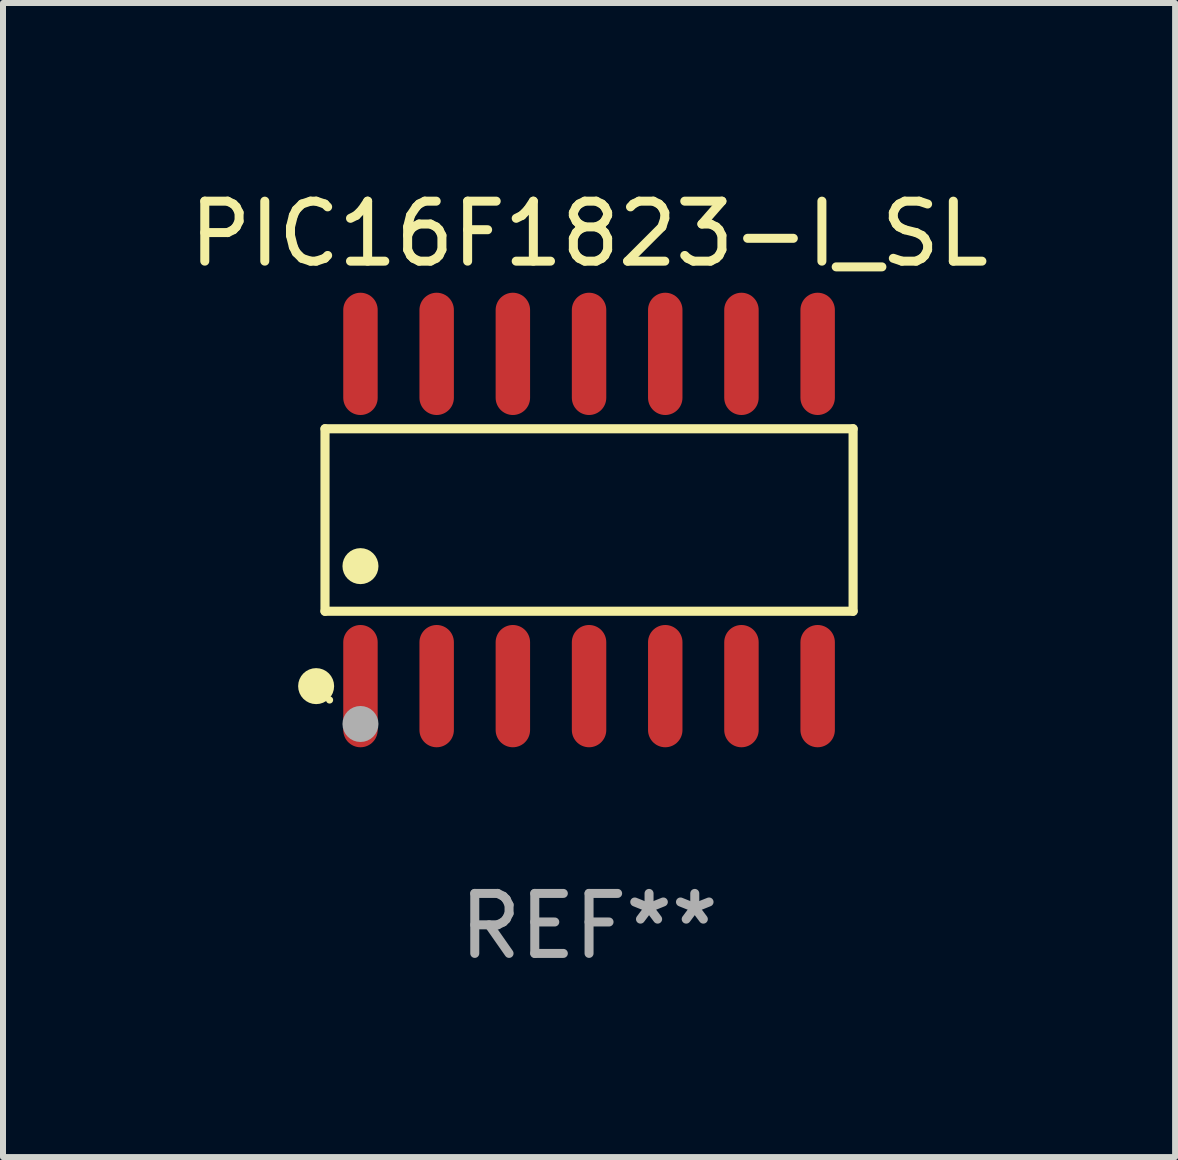
<source format=kicad_pcb>
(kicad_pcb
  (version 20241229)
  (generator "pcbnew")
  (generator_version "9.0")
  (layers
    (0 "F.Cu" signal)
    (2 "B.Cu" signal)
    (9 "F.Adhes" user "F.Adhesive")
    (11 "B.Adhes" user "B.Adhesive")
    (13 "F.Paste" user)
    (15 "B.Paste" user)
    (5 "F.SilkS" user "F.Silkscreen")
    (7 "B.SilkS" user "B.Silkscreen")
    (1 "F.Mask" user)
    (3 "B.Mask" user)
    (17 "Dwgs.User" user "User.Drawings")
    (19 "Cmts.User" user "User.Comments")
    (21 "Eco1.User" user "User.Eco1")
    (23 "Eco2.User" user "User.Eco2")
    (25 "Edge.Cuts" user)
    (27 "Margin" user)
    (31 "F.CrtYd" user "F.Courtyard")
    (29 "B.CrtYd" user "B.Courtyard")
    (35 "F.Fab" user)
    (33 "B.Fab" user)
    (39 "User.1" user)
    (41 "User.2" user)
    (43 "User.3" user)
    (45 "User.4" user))
  (footprint "PIC16F1823-I_SL"
    (layer "F.Cu")
    (at 6.768 5.617)
    (property "Reference" "PIC16F1823-I_SL" (at 0 -4.769 0) (layer "F.SilkS") (effects (font (size 1 1) (thickness 0.15))))
    (attr through_hole)
    (fp_line (start -4.401 -1.521) (end 4.401 -1.521) (stroke (width 0.152) (type solid)) (layer "F.SilkS"))
    (fp_line (start -4.401 1.521) (end -4.401 -1.521) (stroke (width 0.152) (type solid)) (layer "F.SilkS"))
    (fp_line (start 4.401 -1.521) (end 4.401 1.521) (stroke (width 0.152) (type solid)) (layer "F.SilkS"))
    (fp_line (start 4.401 1.521) (end -4.401 1.521) (stroke (width 0.152) (type solid)) (layer "F.SilkS"))
    (fp_circle (center -4.549 2.769) (end -4.399 2.769) (stroke (width 0.3) (type solid)) (fill no) (layer "F.SilkS"))
    (fp_circle (center -4.325 3) (end -4.295 3) (stroke (width 0.06) (type solid)) (fill no) (layer "F.SilkS"))
    (fp_circle (center -3.81 0.769) (end -3.66 0.769) (stroke (width 0.3) (type solid)) (fill no) (layer "F.SilkS"))
    (fp_circle (center -3.81 3.4) (end -3.66 3.4) (stroke (width 0.3) (type solid)) (fill no) (layer "F.Fab"))
    (fp_text user "REF**" (at 0 6.769 0) (layer "F.Fab") (effects (font (size 1 1) (thickness 0.15))))
    (pad "1" smd oval (at -3.81 2.769) (size 0.574 2.038) (layers "F.Cu" "F.Mask" "F.Paste"))
    (pad "2" smd oval (at -2.54 2.769) (size 0.574 2.038) (layers "F.Cu" "F.Mask" "F.Paste"))
    (pad "3" smd oval (at -1.27 2.769) (size 0.574 2.038) (layers "F.Cu" "F.Mask" "F.Paste"))
    (pad "4" smd oval (at 0 2.769) (size 0.574 2.038) (layers "F.Cu" "F.Mask" "F.Paste"))
    (pad "5" smd oval (at 1.27 2.769) (size 0.574 2.038) (layers "F.Cu" "F.Mask" "F.Paste"))
    (pad "6" smd oval (at 2.54 2.769) (size 0.574 2.038) (layers "F.Cu" "F.Mask" "F.Paste"))
    (pad "7" smd oval (at 3.81 2.769) (size 0.574 2.038) (layers "F.Cu" "F.Mask" "F.Paste"))
    (pad "8" smd oval (at 3.81 -2.769) (size 0.574 2.038) (layers "F.Cu" "F.Mask" "F.Paste"))
    (pad "9" smd oval (at 2.54 -2.769) (size 0.574 2.038) (layers "F.Cu" "F.Mask" "F.Paste"))
    (pad "10" smd oval (at 1.27 -2.769) (size 0.574 2.038) (layers "F.Cu" "F.Mask" "F.Paste"))
    (pad "11" smd oval (at 0 -2.769) (size 0.574 2.038) (layers "F.Cu" "F.Mask" "F.Paste"))
    (pad "12" smd oval (at -1.27 -2.769) (size 0.574 2.038) (layers "F.Cu" "F.Mask" "F.Paste"))
    (pad "13" smd oval (at -2.54 -2.769) (size 0.574 2.038) (layers "F.Cu" "F.Mask" "F.Paste"))
    (pad "14" smd oval (at -3.81 -2.769) (size 0.574 2.038) (layers "F.Cu" "F.Mask" "F.Paste")))
  (gr_rect
    (start -3 -3)
    (end 16.536 16.235)
    (stroke (width 0.1) (type default))
    (fill no)
    (layer "Edge.Cuts")))
</source>
